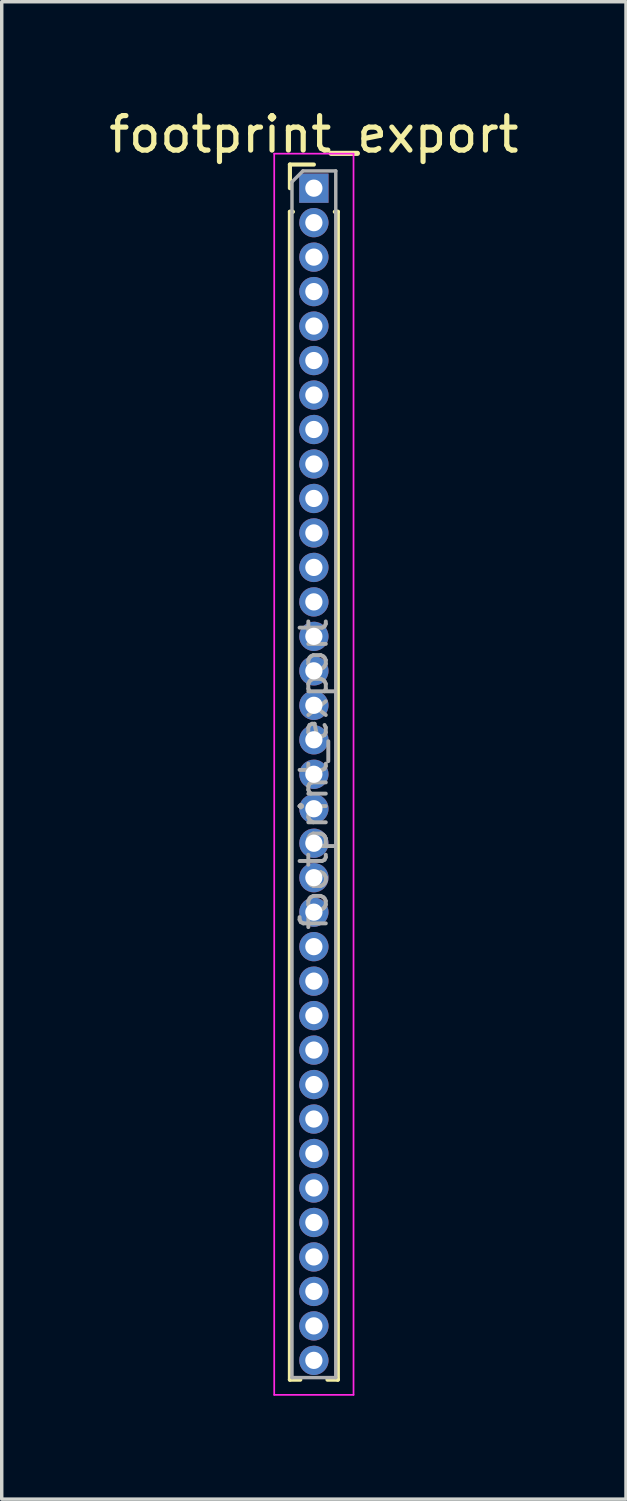
<source format=kicad_pcb>
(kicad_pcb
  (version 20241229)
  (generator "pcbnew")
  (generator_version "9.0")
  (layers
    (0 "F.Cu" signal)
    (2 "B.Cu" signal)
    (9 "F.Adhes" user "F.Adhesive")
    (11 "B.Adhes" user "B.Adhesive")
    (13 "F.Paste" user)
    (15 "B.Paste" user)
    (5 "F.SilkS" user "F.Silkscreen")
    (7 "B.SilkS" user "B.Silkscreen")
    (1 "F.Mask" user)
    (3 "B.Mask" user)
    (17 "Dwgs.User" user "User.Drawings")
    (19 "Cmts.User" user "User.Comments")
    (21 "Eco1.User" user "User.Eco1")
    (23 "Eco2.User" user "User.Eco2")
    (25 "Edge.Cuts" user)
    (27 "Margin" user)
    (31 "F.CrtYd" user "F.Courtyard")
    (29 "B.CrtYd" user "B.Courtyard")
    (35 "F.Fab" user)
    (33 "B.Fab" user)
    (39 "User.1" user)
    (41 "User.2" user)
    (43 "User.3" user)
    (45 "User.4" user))
  (footprint "footprint_export"
    (layer "F.Cu")
    (at 6.054 2.408)
    (property "Reference" "footprint_export" (at 0 -1.56 0) (layer "F.SilkS") (effects (font (size 1 1) (thickness 0.15))))
    (attr through_hole)
    (fp_line (start -0.695 -0.685) (end 0 -0.685) (stroke (width 0.12) (type solid)) (layer "F.SilkS"))
    (fp_line (start -0.695 0) (end -0.695 -0.685) (stroke (width 0.12) (type solid)) (layer "F.SilkS"))
    (fp_line (start -0.695 0.685) (end -0.695 34.56) (stroke (width 0.12) (type solid)) (layer "F.SilkS"))
    (fp_line (start -0.695 0.685) (end -0.608 0.685) (stroke (width 0.12) (type solid)) (layer "F.SilkS"))
    (fp_line (start -0.695 34.56) (end -0.394 34.56) (stroke (width 0.12) (type solid)) (layer "F.SilkS"))
    (fp_line (start 0.394 34.56) (end 0.695 34.56) (stroke (width 0.12) (type solid)) (layer "F.SilkS"))
    (fp_line (start 0.608 0.685) (end 0.695 0.685) (stroke (width 0.12) (type solid)) (layer "F.SilkS"))
    (fp_line (start 0.695 0.685) (end 0.695 34.56) (stroke (width 0.12) (type solid)) (layer "F.SilkS"))
    (fp_line (start -1.15 -1) (end -1.15 35) (stroke (width 0.05) (type solid)) (layer "F.CrtYd"))
    (fp_line (start -1.15 35) (end 1.15 35) (stroke (width 0.05) (type solid)) (layer "F.CrtYd"))
    (fp_line (start 1.15 -1) (end -1.15 -1) (stroke (width 0.05) (type solid)) (layer "F.CrtYd"))
    (fp_line (start 1.15 35) (end 1.15 -1) (stroke (width 0.05) (type solid)) (layer "F.CrtYd"))
    (fp_line (start -0.635 -0.182) (end -0.318 -0.5) (stroke (width 0.1) (type solid)) (layer "F.Fab"))
    (fp_line (start -0.635 34.5) (end -0.635 -0.182) (stroke (width 0.1) (type solid)) (layer "F.Fab"))
    (fp_line (start -0.318 -0.5) (end 0.635 -0.5) (stroke (width 0.1) (type solid)) (layer "F.Fab"))
    (fp_line (start 0.635 -0.5) (end 0.635 34.5) (stroke (width 0.1) (type solid)) (layer "F.Fab"))
    (fp_line (start 0.635 34.5) (end -0.635 34.5) (stroke (width 0.1) (type solid)) (layer "F.Fab"))
    (fp_text user "${REFERENCE}" (at 0 17 90) (layer "F.Fab") (effects (font (size 0.76 0.76) (thickness 0.114))))
    (pad "1" thru_hole rect (at 0 0) (size 0.85 0.85) (drill 0.5) (layers "*.Cu" "*.Mask"))
    (pad "2" thru_hole oval (at 0 1) (size 0.85 0.85) (drill 0.5) (layers "*.Cu" "*.Mask"))
    (pad "3" thru_hole oval (at 0 2) (size 0.85 0.85) (drill 0.5) (layers "*.Cu" "*.Mask"))
    (pad "4" thru_hole oval (at 0 3) (size 0.85 0.85) (drill 0.5) (layers "*.Cu" "*.Mask"))
    (pad "5" thru_hole oval (at 0 4) (size 0.85 0.85) (drill 0.5) (layers "*.Cu" "*.Mask"))
    (pad "6" thru_hole oval (at 0 5) (size 0.85 0.85) (drill 0.5) (layers "*.Cu" "*.Mask"))
    (pad "7" thru_hole oval (at 0 6) (size 0.85 0.85) (drill 0.5) (layers "*.Cu" "*.Mask"))
    (pad "8" thru_hole oval (at 0 7) (size 0.85 0.85) (drill 0.5) (layers "*.Cu" "*.Mask"))
    (pad "9" thru_hole oval (at 0 8) (size 0.85 0.85) (drill 0.5) (layers "*.Cu" "*.Mask"))
    (pad "10" thru_hole oval (at 0 9) (size 0.85 0.85) (drill 0.5) (layers "*.Cu" "*.Mask"))
    (pad "11" thru_hole oval (at 0 10) (size 0.85 0.85) (drill 0.5) (layers "*.Cu" "*.Mask"))
    (pad "12" thru_hole oval (at 0 11) (size 0.85 0.85) (drill 0.5) (layers "*.Cu" "*.Mask"))
    (pad "13" thru_hole oval (at 0 12) (size 0.85 0.85) (drill 0.5) (layers "*.Cu" "*.Mask"))
    (pad "14" thru_hole oval (at 0 13) (size 0.85 0.85) (drill 0.5) (layers "*.Cu" "*.Mask"))
    (pad "15" thru_hole oval (at 0 14) (size 0.85 0.85) (drill 0.5) (layers "*.Cu" "*.Mask"))
    (pad "16" thru_hole oval (at 0 15) (size 0.85 0.85) (drill 0.5) (layers "*.Cu" "*.Mask"))
    (pad "17" thru_hole oval (at 0 16) (size 0.85 0.85) (drill 0.5) (layers "*.Cu" "*.Mask"))
    (pad "18" thru_hole oval (at 0 17) (size 0.85 0.85) (drill 0.5) (layers "*.Cu" "*.Mask"))
    (pad "19" thru_hole oval (at 0 18) (size 0.85 0.85) (drill 0.5) (layers "*.Cu" "*.Mask"))
    (pad "20" thru_hole oval (at 0 19) (size 0.85 0.85) (drill 0.5) (layers "*.Cu" "*.Mask"))
    (pad "21" thru_hole oval (at 0 20) (size 0.85 0.85) (drill 0.5) (layers "*.Cu" "*.Mask"))
    (pad "22" thru_hole oval (at 0 21) (size 0.85 0.85) (drill 0.5) (layers "*.Cu" "*.Mask"))
    (pad "23" thru_hole oval (at 0 22) (size 0.85 0.85) (drill 0.5) (layers "*.Cu" "*.Mask"))
    (pad "24" thru_hole oval (at 0 23) (size 0.85 0.85) (drill 0.5) (layers "*.Cu" "*.Mask"))
    (pad "25" thru_hole oval (at 0 24) (size 0.85 0.85) (drill 0.5) (layers "*.Cu" "*.Mask"))
    (pad "26" thru_hole oval (at 0 25) (size 0.85 0.85) (drill 0.5) (layers "*.Cu" "*.Mask"))
    (pad "27" thru_hole oval (at 0 26) (size 0.85 0.85) (drill 0.5) (layers "*.Cu" "*.Mask"))
    (pad "28" thru_hole oval (at 0 27) (size 0.85 0.85) (drill 0.5) (layers "*.Cu" "*.Mask"))
    (pad "29" thru_hole oval (at 0 28) (size 0.85 0.85) (drill 0.5) (layers "*.Cu" "*.Mask"))
    (pad "30" thru_hole oval (at 0 29) (size 0.85 0.85) (drill 0.5) (layers "*.Cu" "*.Mask"))
    (pad "31" thru_hole oval (at 0 30) (size 0.85 0.85) (drill 0.5) (layers "*.Cu" "*.Mask"))
    (pad "32" thru_hole oval (at 0 31) (size 0.85 0.85) (drill 0.5) (layers "*.Cu" "*.Mask"))
    (pad "33" thru_hole oval (at 0 32) (size 0.85 0.85) (drill 0.5) (layers "*.Cu" "*.Mask"))
    (pad "34" thru_hole oval (at 0 33) (size 0.85 0.85) (drill 0.5) (layers "*.Cu" "*.Mask"))
    (pad "35" thru_hole oval (at 0 34) (size 0.85 0.85) (drill 0.5) (layers "*.Cu" "*.Mask")))
  (gr_rect
    (start -3 -3)
    (end 15.107 40.433)
    (stroke (width 0.1) (type default))
    (fill no)
    (layer "Edge.Cuts")))
</source>
